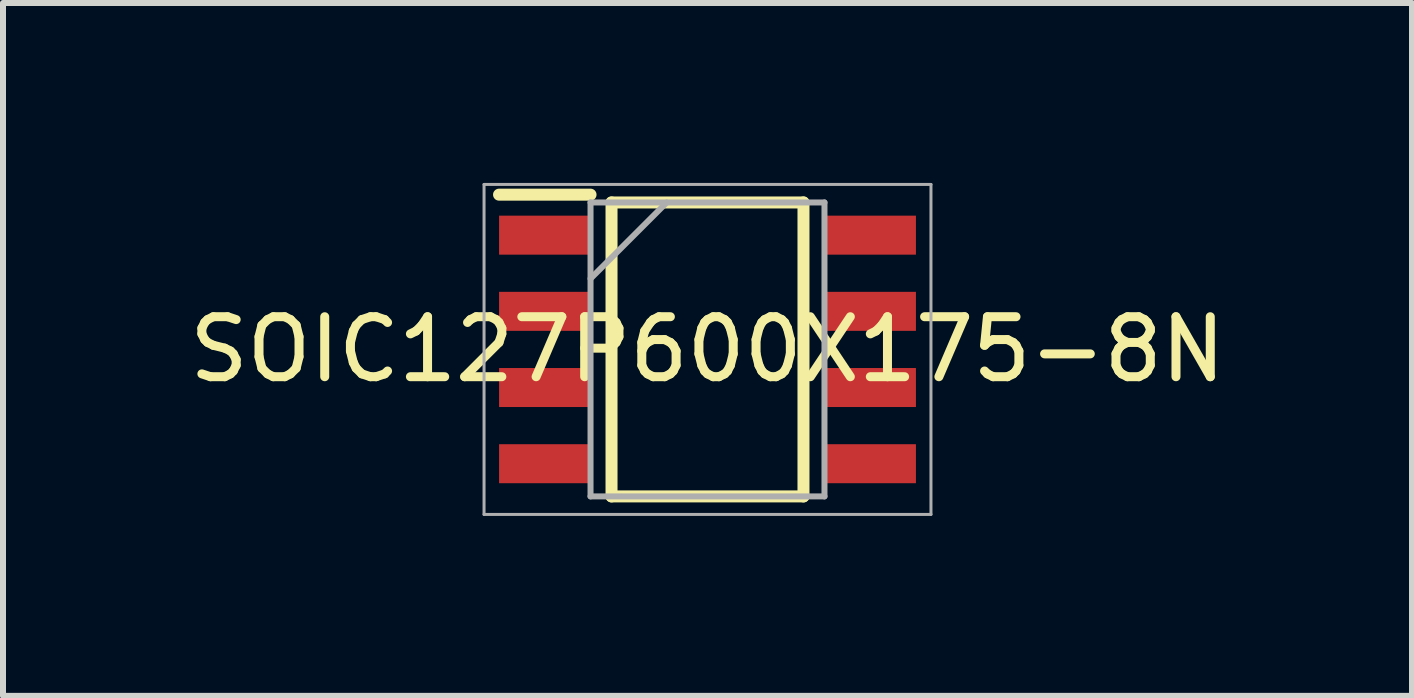
<source format=kicad_pcb>
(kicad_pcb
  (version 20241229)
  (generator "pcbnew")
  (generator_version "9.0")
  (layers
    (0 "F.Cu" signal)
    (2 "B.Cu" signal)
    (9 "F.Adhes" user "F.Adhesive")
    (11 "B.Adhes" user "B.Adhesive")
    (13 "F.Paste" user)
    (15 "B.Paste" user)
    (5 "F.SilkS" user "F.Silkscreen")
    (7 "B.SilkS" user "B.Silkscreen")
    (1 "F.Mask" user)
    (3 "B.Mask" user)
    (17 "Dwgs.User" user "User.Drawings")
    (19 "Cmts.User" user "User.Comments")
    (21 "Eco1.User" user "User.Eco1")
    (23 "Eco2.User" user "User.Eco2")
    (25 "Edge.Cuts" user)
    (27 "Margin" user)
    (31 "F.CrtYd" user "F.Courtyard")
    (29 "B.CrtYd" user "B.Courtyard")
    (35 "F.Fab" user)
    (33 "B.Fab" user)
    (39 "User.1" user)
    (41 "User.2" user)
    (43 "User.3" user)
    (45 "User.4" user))
  (footprint "SOIC127P600X175-8N"
    (layer "F.Cu")
    (at 8.744 2.775)
    (property "Reference" "SOIC127P600X175-8N" (at 0 0 0) (layer "F.SilkS") (effects (font (size 1 1) (thickness 0.15))))
    (attr smd)
    (fp_line (start -3.475 -2.58) (end -1.95 -2.58) (stroke (width 0.2) (type solid)) (layer "F.SilkS"))
    (fp_line (start -1.6 -2.45) (end 1.6 -2.45) (stroke (width 0.2) (type solid)) (layer "F.SilkS"))
    (fp_line (start -1.6 2.45) (end -1.6 -2.45) (stroke (width 0.2) (type solid)) (layer "F.SilkS"))
    (fp_line (start 1.6 -2.45) (end 1.6 2.45) (stroke (width 0.2) (type solid)) (layer "F.SilkS"))
    (fp_line (start 1.6 2.45) (end -1.6 2.45) (stroke (width 0.2) (type solid)) (layer "F.SilkS"))
    (fp_line (start -3.725 -2.75) (end 3.725 -2.75) (stroke (width 0.05) (type solid)) (layer "F.Fab"))
    (fp_line (start -3.725 2.75) (end -3.725 -2.75) (stroke (width 0.05) (type solid)) (layer "F.Fab"))
    (fp_line (start -1.95 -2.45) (end 1.95 -2.45) (stroke (width 0.1) (type solid)) (layer "F.Fab"))
    (fp_line (start -1.95 -1.18) (end -0.68 -2.45) (stroke (width 0.1) (type solid)) (layer "F.Fab"))
    (fp_line (start -1.95 2.45) (end -1.95 -2.45) (stroke (width 0.1) (type solid)) (layer "F.Fab"))
    (fp_line (start 1.95 -2.45) (end 1.95 2.45) (stroke (width 0.1) (type solid)) (layer "F.Fab"))
    (fp_line (start 1.95 2.45) (end -1.95 2.45) (stroke (width 0.1) (type solid)) (layer "F.Fab"))
    (fp_line (start 3.725 -2.75) (end 3.725 2.75) (stroke (width 0.05) (type solid)) (layer "F.Fab"))
    (fp_line (start 3.725 2.75) (end -3.725 2.75) (stroke (width 0.05) (type solid)) (layer "F.Fab"))
    (pad "1" smd rect (at -2.712 -1.905) (size 1.525 0.65) (layers "F.Cu" "F.Mask" "F.Paste"))
    (pad "2" smd rect (at -2.712 -0.635) (size 1.525 0.65) (layers "F.Cu" "F.Mask" "F.Paste"))
    (pad "3" smd rect (at -2.712 0.635) (size 1.525 0.65) (layers "F.Cu" "F.Mask" "F.Paste"))
    (pad "4" smd rect (at -2.712 1.905) (size 1.525 0.65) (layers "F.Cu" "F.Mask" "F.Paste"))
    (pad "5" smd rect (at 2.712 1.905) (size 1.525 0.65) (layers "F.Cu" "F.Mask" "F.Paste"))
    (pad "6" smd rect (at 2.712 0.635) (size 1.525 0.65) (layers "F.Cu" "F.Mask" "F.Paste"))
    (pad "7" smd rect (at 2.712 -0.635) (size 1.525 0.65) (layers "F.Cu" "F.Mask" "F.Paste"))
    (pad "8" smd rect (at 2.712 -1.905) (size 1.525 0.65) (layers "F.Cu" "F.Mask" "F.Paste")))
  (gr_rect
    (start -3 -3)
    (end 20.488 8.55)
    (stroke (width 0.1) (type default))
    (fill no)
    (layer "Edge.Cuts")))
</source>
